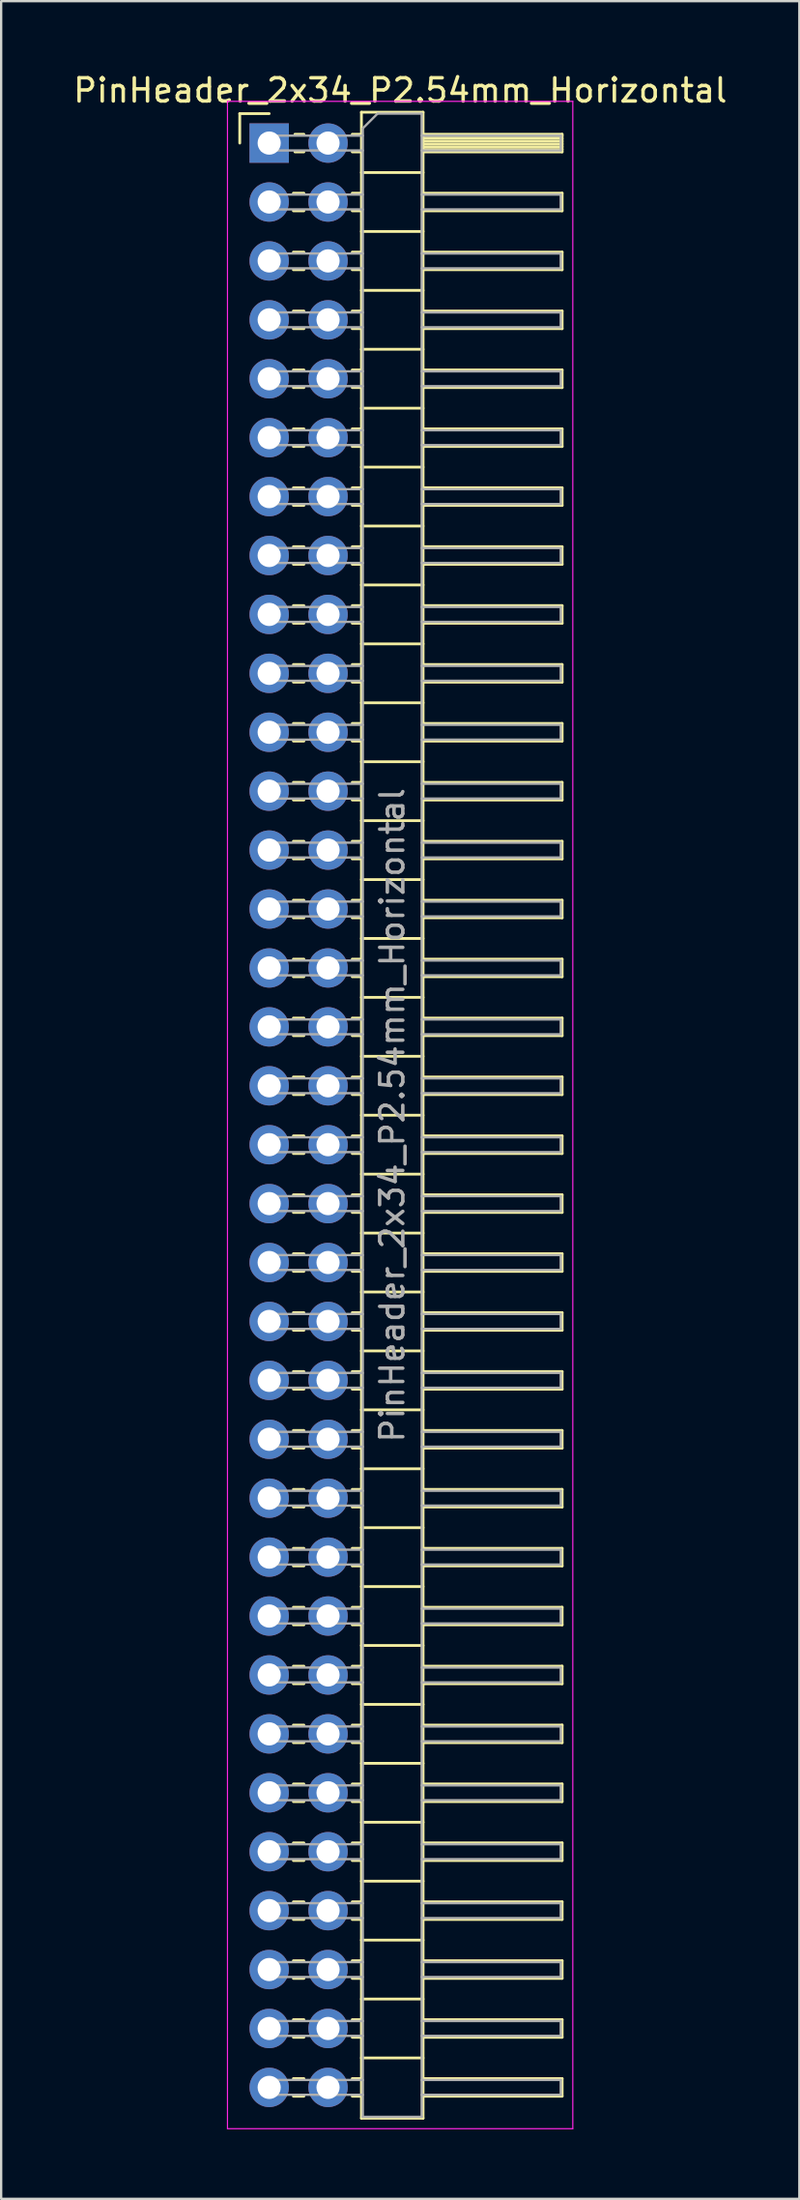
<source format=kicad_pcb>
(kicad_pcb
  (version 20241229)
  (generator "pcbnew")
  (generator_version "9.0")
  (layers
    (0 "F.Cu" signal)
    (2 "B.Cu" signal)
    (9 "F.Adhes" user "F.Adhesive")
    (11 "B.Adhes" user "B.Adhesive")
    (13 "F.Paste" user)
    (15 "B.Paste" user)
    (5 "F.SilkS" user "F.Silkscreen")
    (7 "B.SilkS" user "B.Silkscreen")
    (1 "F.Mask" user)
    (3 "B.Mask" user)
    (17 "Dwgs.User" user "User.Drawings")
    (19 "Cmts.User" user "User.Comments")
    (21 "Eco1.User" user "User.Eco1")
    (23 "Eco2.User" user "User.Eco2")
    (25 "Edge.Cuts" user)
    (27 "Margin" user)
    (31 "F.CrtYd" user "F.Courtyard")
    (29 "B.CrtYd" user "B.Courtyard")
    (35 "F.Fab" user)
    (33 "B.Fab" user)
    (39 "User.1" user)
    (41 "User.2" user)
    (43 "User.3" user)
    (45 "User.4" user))
  (footprint "PinHeader_2x34_P2.54mm_Horizontal"
    (layer "F.Cu")
    (at 8.565 3.118)
    (property "Reference" "PinHeader_2x34_P2.54mm_Horizontal" (at 5.655 -2.27 0) (layer "F.SilkS") (effects (font (size 1 1) (thickness 0.15))))
    (attr through_hole)
    (fp_line (start -1.27 -1.27) (end 0 -1.27) (stroke (width 0.12) (type solid)) (layer "F.SilkS"))
    (fp_line (start -1.27 0) (end -1.27 -1.27) (stroke (width 0.12) (type solid)) (layer "F.SilkS"))
    (fp_line (start 1.043 2.16) (end 1.497 2.16) (stroke (width 0.12) (type solid)) (layer "F.SilkS"))
    (fp_line (start 1.043 2.92) (end 1.497 2.92) (stroke (width 0.12) (type solid)) (layer "F.SilkS"))
    (fp_line (start 1.043 4.7) (end 1.497 4.7) (stroke (width 0.12) (type solid)) (layer "F.SilkS"))
    (fp_line (start 1.043 5.46) (end 1.497 5.46) (stroke (width 0.12) (type solid)) (layer "F.SilkS"))
    (fp_line (start 1.043 7.24) (end 1.497 7.24) (stroke (width 0.12) (type solid)) (layer "F.SilkS"))
    (fp_line (start 1.043 8) (end 1.497 8) (stroke (width 0.12) (type solid)) (layer "F.SilkS"))
    (fp_line (start 1.043 9.78) (end 1.497 9.78) (stroke (width 0.12) (type solid)) (layer "F.SilkS"))
    (fp_line (start 1.043 10.54) (end 1.497 10.54) (stroke (width 0.12) (type solid)) (layer "F.SilkS"))
    (fp_line (start 1.043 12.32) (end 1.497 12.32) (stroke (width 0.12) (type solid)) (layer "F.SilkS"))
    (fp_line (start 1.043 13.08) (end 1.497 13.08) (stroke (width 0.12) (type solid)) (layer "F.SilkS"))
    (fp_line (start 1.043 14.86) (end 1.497 14.86) (stroke (width 0.12) (type solid)) (layer "F.SilkS"))
    (fp_line (start 1.043 15.62) (end 1.497 15.62) (stroke (width 0.12) (type solid)) (layer "F.SilkS"))
    (fp_line (start 1.043 17.4) (end 1.497 17.4) (stroke (width 0.12) (type solid)) (layer "F.SilkS"))
    (fp_line (start 1.043 18.16) (end 1.497 18.16) (stroke (width 0.12) (type solid)) (layer "F.SilkS"))
    (fp_line (start 1.043 19.94) (end 1.497 19.94) (stroke (width 0.12) (type solid)) (layer "F.SilkS"))
    (fp_line (start 1.043 20.7) (end 1.497 20.7) (stroke (width 0.12) (type solid)) (layer "F.SilkS"))
    (fp_line (start 1.043 22.48) (end 1.497 22.48) (stroke (width 0.12) (type solid)) (layer "F.SilkS"))
    (fp_line (start 1.043 23.24) (end 1.497 23.24) (stroke (width 0.12) (type solid)) (layer "F.SilkS"))
    (fp_line (start 1.043 25.02) (end 1.497 25.02) (stroke (width 0.12) (type solid)) (layer "F.SilkS"))
    (fp_line (start 1.043 25.78) (end 1.497 25.78) (stroke (width 0.12) (type solid)) (layer "F.SilkS"))
    (fp_line (start 1.043 27.56) (end 1.497 27.56) (stroke (width 0.12) (type solid)) (layer "F.SilkS"))
    (fp_line (start 1.043 28.32) (end 1.497 28.32) (stroke (width 0.12) (type solid)) (layer "F.SilkS"))
    (fp_line (start 1.043 30.1) (end 1.497 30.1) (stroke (width 0.12) (type solid)) (layer "F.SilkS"))
    (fp_line (start 1.043 30.86) (end 1.497 30.86) (stroke (width 0.12) (type solid)) (layer "F.SilkS"))
    (fp_line (start 1.043 32.64) (end 1.497 32.64) (stroke (width 0.12) (type solid)) (layer "F.SilkS"))
    (fp_line (start 1.043 33.4) (end 1.497 33.4) (stroke (width 0.12) (type solid)) (layer "F.SilkS"))
    (fp_line (start 1.043 35.18) (end 1.497 35.18) (stroke (width 0.12) (type solid)) (layer "F.SilkS"))
    (fp_line (start 1.043 35.94) (end 1.497 35.94) (stroke (width 0.12) (type solid)) (layer "F.SilkS"))
    (fp_line (start 1.043 37.72) (end 1.497 37.72) (stroke (width 0.12) (type solid)) (layer "F.SilkS"))
    (fp_line (start 1.043 38.48) (end 1.497 38.48) (stroke (width 0.12) (type solid)) (layer "F.SilkS"))
    (fp_line (start 1.043 40.26) (end 1.497 40.26) (stroke (width 0.12) (type solid)) (layer "F.SilkS"))
    (fp_line (start 1.043 41.02) (end 1.497 41.02) (stroke (width 0.12) (type solid)) (layer "F.SilkS"))
    (fp_line (start 1.043 42.8) (end 1.497 42.8) (stroke (width 0.12) (type solid)) (layer "F.SilkS"))
    (fp_line (start 1.043 43.56) (end 1.497 43.56) (stroke (width 0.12) (type solid)) (layer "F.SilkS"))
    (fp_line (start 1.043 45.34) (end 1.497 45.34) (stroke (width 0.12) (type solid)) (layer "F.SilkS"))
    (fp_line (start 1.043 46.1) (end 1.497 46.1) (stroke (width 0.12) (type solid)) (layer "F.SilkS"))
    (fp_line (start 1.043 47.88) (end 1.497 47.88) (stroke (width 0.12) (type solid)) (layer "F.SilkS"))
    (fp_line (start 1.043 48.64) (end 1.497 48.64) (stroke (width 0.12) (type solid)) (layer "F.SilkS"))
    (fp_line (start 1.043 50.42) (end 1.497 50.42) (stroke (width 0.12) (type solid)) (layer "F.SilkS"))
    (fp_line (start 1.043 51.18) (end 1.497 51.18) (stroke (width 0.12) (type solid)) (layer "F.SilkS"))
    (fp_line (start 1.043 52.96) (end 1.497 52.96) (stroke (width 0.12) (type solid)) (layer "F.SilkS"))
    (fp_line (start 1.043 53.72) (end 1.497 53.72) (stroke (width 0.12) (type solid)) (layer "F.SilkS"))
    (fp_line (start 1.043 55.5) (end 1.497 55.5) (stroke (width 0.12) (type solid)) (layer "F.SilkS"))
    (fp_line (start 1.043 56.26) (end 1.497 56.26) (stroke (width 0.12) (type solid)) (layer "F.SilkS"))
    (fp_line (start 1.043 58.04) (end 1.497 58.04) (stroke (width 0.12) (type solid)) (layer "F.SilkS"))
    (fp_line (start 1.043 58.8) (end 1.497 58.8) (stroke (width 0.12) (type solid)) (layer "F.SilkS"))
    (fp_line (start 1.043 60.58) (end 1.497 60.58) (stroke (width 0.12) (type solid)) (layer "F.SilkS"))
    (fp_line (start 1.043 61.34) (end 1.497 61.34) (stroke (width 0.12) (type solid)) (layer "F.SilkS"))
    (fp_line (start 1.043 63.12) (end 1.497 63.12) (stroke (width 0.12) (type solid)) (layer "F.SilkS"))
    (fp_line (start 1.043 63.88) (end 1.497 63.88) (stroke (width 0.12) (type solid)) (layer "F.SilkS"))
    (fp_line (start 1.043 65.66) (end 1.497 65.66) (stroke (width 0.12) (type solid)) (layer "F.SilkS"))
    (fp_line (start 1.043 66.42) (end 1.497 66.42) (stroke (width 0.12) (type solid)) (layer "F.SilkS"))
    (fp_line (start 1.043 68.2) (end 1.497 68.2) (stroke (width 0.12) (type solid)) (layer "F.SilkS"))
    (fp_line (start 1.043 68.96) (end 1.497 68.96) (stroke (width 0.12) (type solid)) (layer "F.SilkS"))
    (fp_line (start 1.043 70.74) (end 1.497 70.74) (stroke (width 0.12) (type solid)) (layer "F.SilkS"))
    (fp_line (start 1.043 71.5) (end 1.497 71.5) (stroke (width 0.12) (type solid)) (layer "F.SilkS"))
    (fp_line (start 1.043 73.28) (end 1.497 73.28) (stroke (width 0.12) (type solid)) (layer "F.SilkS"))
    (fp_line (start 1.043 74.04) (end 1.497 74.04) (stroke (width 0.12) (type solid)) (layer "F.SilkS"))
    (fp_line (start 1.043 75.82) (end 1.497 75.82) (stroke (width 0.12) (type solid)) (layer "F.SilkS"))
    (fp_line (start 1.043 76.58) (end 1.497 76.58) (stroke (width 0.12) (type solid)) (layer "F.SilkS"))
    (fp_line (start 1.043 78.36) (end 1.497 78.36) (stroke (width 0.12) (type solid)) (layer "F.SilkS"))
    (fp_line (start 1.043 79.12) (end 1.497 79.12) (stroke (width 0.12) (type solid)) (layer "F.SilkS"))
    (fp_line (start 1.043 80.9) (end 1.497 80.9) (stroke (width 0.12) (type solid)) (layer "F.SilkS"))
    (fp_line (start 1.043 81.66) (end 1.497 81.66) (stroke (width 0.12) (type solid)) (layer "F.SilkS"))
    (fp_line (start 1.043 83.44) (end 1.497 83.44) (stroke (width 0.12) (type solid)) (layer "F.SilkS"))
    (fp_line (start 1.043 84.2) (end 1.497 84.2) (stroke (width 0.12) (type solid)) (layer "F.SilkS"))
    (fp_line (start 1.11 -0.38) (end 1.497 -0.38) (stroke (width 0.12) (type solid)) (layer "F.SilkS"))
    (fp_line (start 1.11 0.38) (end 1.497 0.38) (stroke (width 0.12) (type solid)) (layer "F.SilkS"))
    (fp_line (start 3.583 -0.38) (end 3.98 -0.38) (stroke (width 0.12) (type solid)) (layer "F.SilkS"))
    (fp_line (start 3.583 0.38) (end 3.98 0.38) (stroke (width 0.12) (type solid)) (layer "F.SilkS"))
    (fp_line (start 3.583 2.16) (end 3.98 2.16) (stroke (width 0.12) (type solid)) (layer "F.SilkS"))
    (fp_line (start 3.583 2.92) (end 3.98 2.92) (stroke (width 0.12) (type solid)) (layer "F.SilkS"))
    (fp_line (start 3.583 4.7) (end 3.98 4.7) (stroke (width 0.12) (type solid)) (layer "F.SilkS"))
    (fp_line (start 3.583 5.46) (end 3.98 5.46) (stroke (width 0.12) (type solid)) (layer "F.SilkS"))
    (fp_line (start 3.583 7.24) (end 3.98 7.24) (stroke (width 0.12) (type solid)) (layer "F.SilkS"))
    (fp_line (start 3.583 8) (end 3.98 8) (stroke (width 0.12) (type solid)) (layer "F.SilkS"))
    (fp_line (start 3.583 9.78) (end 3.98 9.78) (stroke (width 0.12) (type solid)) (layer "F.SilkS"))
    (fp_line (start 3.583 10.54) (end 3.98 10.54) (stroke (width 0.12) (type solid)) (layer "F.SilkS"))
    (fp_line (start 3.583 12.32) (end 3.98 12.32) (stroke (width 0.12) (type solid)) (layer "F.SilkS"))
    (fp_line (start 3.583 13.08) (end 3.98 13.08) (stroke (width 0.12) (type solid)) (layer "F.SilkS"))
    (fp_line (start 3.583 14.86) (end 3.98 14.86) (stroke (width 0.12) (type solid)) (layer "F.SilkS"))
    (fp_line (start 3.583 15.62) (end 3.98 15.62) (stroke (width 0.12) (type solid)) (layer "F.SilkS"))
    (fp_line (start 3.583 17.4) (end 3.98 17.4) (stroke (width 0.12) (type solid)) (layer "F.SilkS"))
    (fp_line (start 3.583 18.16) (end 3.98 18.16) (stroke (width 0.12) (type solid)) (layer "F.SilkS"))
    (fp_line (start 3.583 19.94) (end 3.98 19.94) (stroke (width 0.12) (type solid)) (layer "F.SilkS"))
    (fp_line (start 3.583 20.7) (end 3.98 20.7) (stroke (width 0.12) (type solid)) (layer "F.SilkS"))
    (fp_line (start 3.583 22.48) (end 3.98 22.48) (stroke (width 0.12) (type solid)) (layer "F.SilkS"))
    (fp_line (start 3.583 23.24) (end 3.98 23.24) (stroke (width 0.12) (type solid)) (layer "F.SilkS"))
    (fp_line (start 3.583 25.02) (end 3.98 25.02) (stroke (width 0.12) (type solid)) (layer "F.SilkS"))
    (fp_line (start 3.583 25.78) (end 3.98 25.78) (stroke (width 0.12) (type solid)) (layer "F.SilkS"))
    (fp_line (start 3.583 27.56) (end 3.98 27.56) (stroke (width 0.12) (type solid)) (layer "F.SilkS"))
    (fp_line (start 3.583 28.32) (end 3.98 28.32) (stroke (width 0.12) (type solid)) (layer "F.SilkS"))
    (fp_line (start 3.583 30.1) (end 3.98 30.1) (stroke (width 0.12) (type solid)) (layer "F.SilkS"))
    (fp_line (start 3.583 30.86) (end 3.98 30.86) (stroke (width 0.12) (type solid)) (layer "F.SilkS"))
    (fp_line (start 3.583 32.64) (end 3.98 32.64) (stroke (width 0.12) (type solid)) (layer "F.SilkS"))
    (fp_line (start 3.583 33.4) (end 3.98 33.4) (stroke (width 0.12) (type solid)) (layer "F.SilkS"))
    (fp_line (start 3.583 35.18) (end 3.98 35.18) (stroke (width 0.12) (type solid)) (layer "F.SilkS"))
    (fp_line (start 3.583 35.94) (end 3.98 35.94) (stroke (width 0.12) (type solid)) (layer "F.SilkS"))
    (fp_line (start 3.583 37.72) (end 3.98 37.72) (stroke (width 0.12) (type solid)) (layer "F.SilkS"))
    (fp_line (start 3.583 38.48) (end 3.98 38.48) (stroke (width 0.12) (type solid)) (layer "F.SilkS"))
    (fp_line (start 3.583 40.26) (end 3.98 40.26) (stroke (width 0.12) (type solid)) (layer "F.SilkS"))
    (fp_line (start 3.583 41.02) (end 3.98 41.02) (stroke (width 0.12) (type solid)) (layer "F.SilkS"))
    (fp_line (start 3.583 42.8) (end 3.98 42.8) (stroke (width 0.12) (type solid)) (layer "F.SilkS"))
    (fp_line (start 3.583 43.56) (end 3.98 43.56) (stroke (width 0.12) (type solid)) (layer "F.SilkS"))
    (fp_line (start 3.583 45.34) (end 3.98 45.34) (stroke (width 0.12) (type solid)) (layer "F.SilkS"))
    (fp_line (start 3.583 46.1) (end 3.98 46.1) (stroke (width 0.12) (type solid)) (layer "F.SilkS"))
    (fp_line (start 3.583 47.88) (end 3.98 47.88) (stroke (width 0.12) (type solid)) (layer "F.SilkS"))
    (fp_line (start 3.583 48.64) (end 3.98 48.64) (stroke (width 0.12) (type solid)) (layer "F.SilkS"))
    (fp_line (start 3.583 50.42) (end 3.98 50.42) (stroke (width 0.12) (type solid)) (layer "F.SilkS"))
    (fp_line (start 3.583 51.18) (end 3.98 51.18) (stroke (width 0.12) (type solid)) (layer "F.SilkS"))
    (fp_line (start 3.583 52.96) (end 3.98 52.96) (stroke (width 0.12) (type solid)) (layer "F.SilkS"))
    (fp_line (start 3.583 53.72) (end 3.98 53.72) (stroke (width 0.12) (type solid)) (layer "F.SilkS"))
    (fp_line (start 3.583 55.5) (end 3.98 55.5) (stroke (width 0.12) (type solid)) (layer "F.SilkS"))
    (fp_line (start 3.583 56.26) (end 3.98 56.26) (stroke (width 0.12) (type solid)) (layer "F.SilkS"))
    (fp_line (start 3.583 58.04) (end 3.98 58.04) (stroke (width 0.12) (type solid)) (layer "F.SilkS"))
    (fp_line (start 3.583 58.8) (end 3.98 58.8) (stroke (width 0.12) (type solid)) (layer "F.SilkS"))
    (fp_line (start 3.583 60.58) (end 3.98 60.58) (stroke (width 0.12) (type solid)) (layer "F.SilkS"))
    (fp_line (start 3.583 61.34) (end 3.98 61.34) (stroke (width 0.12) (type solid)) (layer "F.SilkS"))
    (fp_line (start 3.583 63.12) (end 3.98 63.12) (stroke (width 0.12) (type solid)) (layer "F.SilkS"))
    (fp_line (start 3.583 63.88) (end 3.98 63.88) (stroke (width 0.12) (type solid)) (layer "F.SilkS"))
    (fp_line (start 3.583 65.66) (end 3.98 65.66) (stroke (width 0.12) (type solid)) (layer "F.SilkS"))
    (fp_line (start 3.583 66.42) (end 3.98 66.42) (stroke (width 0.12) (type solid)) (layer "F.SilkS"))
    (fp_line (start 3.583 68.2) (end 3.98 68.2) (stroke (width 0.12) (type solid)) (layer "F.SilkS"))
    (fp_line (start 3.583 68.96) (end 3.98 68.96) (stroke (width 0.12) (type solid)) (layer "F.SilkS"))
    (fp_line (start 3.583 70.74) (end 3.98 70.74) (stroke (width 0.12) (type solid)) (layer "F.SilkS"))
    (fp_line (start 3.583 71.5) (end 3.98 71.5) (stroke (width 0.12) (type solid)) (layer "F.SilkS"))
    (fp_line (start 3.583 73.28) (end 3.98 73.28) (stroke (width 0.12) (type solid)) (layer "F.SilkS"))
    (fp_line (start 3.583 74.04) (end 3.98 74.04) (stroke (width 0.12) (type solid)) (layer "F.SilkS"))
    (fp_line (start 3.583 75.82) (end 3.98 75.82) (stroke (width 0.12) (type solid)) (layer "F.SilkS"))
    (fp_line (start 3.583 76.58) (end 3.98 76.58) (stroke (width 0.12) (type solid)) (layer "F.SilkS"))
    (fp_line (start 3.583 78.36) (end 3.98 78.36) (stroke (width 0.12) (type solid)) (layer "F.SilkS"))
    (fp_line (start 3.583 79.12) (end 3.98 79.12) (stroke (width 0.12) (type solid)) (layer "F.SilkS"))
    (fp_line (start 3.583 80.9) (end 3.98 80.9) (stroke (width 0.12) (type solid)) (layer "F.SilkS"))
    (fp_line (start 3.583 81.66) (end 3.98 81.66) (stroke (width 0.12) (type solid)) (layer "F.SilkS"))
    (fp_line (start 3.583 83.44) (end 3.98 83.44) (stroke (width 0.12) (type solid)) (layer "F.SilkS"))
    (fp_line (start 3.583 84.2) (end 3.98 84.2) (stroke (width 0.12) (type solid)) (layer "F.SilkS"))
    (fp_line (start 3.98 -1.33) (end 3.98 85.15) (stroke (width 0.12) (type solid)) (layer "F.SilkS"))
    (fp_line (start 3.98 1.27) (end 6.64 1.27) (stroke (width 0.12) (type solid)) (layer "F.SilkS"))
    (fp_line (start 3.98 3.81) (end 6.64 3.81) (stroke (width 0.12) (type solid)) (layer "F.SilkS"))
    (fp_line (start 3.98 6.35) (end 6.64 6.35) (stroke (width 0.12) (type solid)) (layer "F.SilkS"))
    (fp_line (start 3.98 8.89) (end 6.64 8.89) (stroke (width 0.12) (type solid)) (layer "F.SilkS"))
    (fp_line (start 3.98 11.43) (end 6.64 11.43) (stroke (width 0.12) (type solid)) (layer "F.SilkS"))
    (fp_line (start 3.98 13.97) (end 6.64 13.97) (stroke (width 0.12) (type solid)) (layer "F.SilkS"))
    (fp_line (start 3.98 16.51) (end 6.64 16.51) (stroke (width 0.12) (type solid)) (layer "F.SilkS"))
    (fp_line (start 3.98 19.05) (end 6.64 19.05) (stroke (width 0.12) (type solid)) (layer "F.SilkS"))
    (fp_line (start 3.98 21.59) (end 6.64 21.59) (stroke (width 0.12) (type solid)) (layer "F.SilkS"))
    (fp_line (start 3.98 24.13) (end 6.64 24.13) (stroke (width 0.12) (type solid)) (layer "F.SilkS"))
    (fp_line (start 3.98 26.67) (end 6.64 26.67) (stroke (width 0.12) (type solid)) (layer "F.SilkS"))
    (fp_line (start 3.98 29.21) (end 6.64 29.21) (stroke (width 0.12) (type solid)) (layer "F.SilkS"))
    (fp_line (start 3.98 31.75) (end 6.64 31.75) (stroke (width 0.12) (type solid)) (layer "F.SilkS"))
    (fp_line (start 3.98 34.29) (end 6.64 34.29) (stroke (width 0.12) (type solid)) (layer "F.SilkS"))
    (fp_line (start 3.98 36.83) (end 6.64 36.83) (stroke (width 0.12) (type solid)) (layer "F.SilkS"))
    (fp_line (start 3.98 39.37) (end 6.64 39.37) (stroke (width 0.12) (type solid)) (layer "F.SilkS"))
    (fp_line (start 3.98 41.91) (end 6.64 41.91) (stroke (width 0.12) (type solid)) (layer "F.SilkS"))
    (fp_line (start 3.98 44.45) (end 6.64 44.45) (stroke (width 0.12) (type solid)) (layer "F.SilkS"))
    (fp_line (start 3.98 46.99) (end 6.64 46.99) (stroke (width 0.12) (type solid)) (layer "F.SilkS"))
    (fp_line (start 3.98 49.53) (end 6.64 49.53) (stroke (width 0.12) (type solid)) (layer "F.SilkS"))
    (fp_line (start 3.98 52.07) (end 6.64 52.07) (stroke (width 0.12) (type solid)) (layer "F.SilkS"))
    (fp_line (start 3.98 54.61) (end 6.64 54.61) (stroke (width 0.12) (type solid)) (layer "F.SilkS"))
    (fp_line (start 3.98 57.15) (end 6.64 57.15) (stroke (width 0.12) (type solid)) (layer "F.SilkS"))
    (fp_line (start 3.98 59.69) (end 6.64 59.69) (stroke (width 0.12) (type solid)) (layer "F.SilkS"))
    (fp_line (start 3.98 62.23) (end 6.64 62.23) (stroke (width 0.12) (type solid)) (layer "F.SilkS"))
    (fp_line (start 3.98 64.77) (end 6.64 64.77) (stroke (width 0.12) (type solid)) (layer "F.SilkS"))
    (fp_line (start 3.98 67.31) (end 6.64 67.31) (stroke (width 0.12) (type solid)) (layer "F.SilkS"))
    (fp_line (start 3.98 69.85) (end 6.64 69.85) (stroke (width 0.12) (type solid)) (layer "F.SilkS"))
    (fp_line (start 3.98 72.39) (end 6.64 72.39) (stroke (width 0.12) (type solid)) (layer "F.SilkS"))
    (fp_line (start 3.98 74.93) (end 6.64 74.93) (stroke (width 0.12) (type solid)) (layer "F.SilkS"))
    (fp_line (start 3.98 77.47) (end 6.64 77.47) (stroke (width 0.12) (type solid)) (layer "F.SilkS"))
    (fp_line (start 3.98 80.01) (end 6.64 80.01) (stroke (width 0.12) (type solid)) (layer "F.SilkS"))
    (fp_line (start 3.98 82.55) (end 6.64 82.55) (stroke (width 0.12) (type solid)) (layer "F.SilkS"))
    (fp_line (start 3.98 85.15) (end 6.64 85.15) (stroke (width 0.12) (type solid)) (layer "F.SilkS"))
    (fp_line (start 6.64 -1.33) (end 3.98 -1.33) (stroke (width 0.12) (type solid)) (layer "F.SilkS"))
    (fp_line (start 6.64 -0.38) (end 12.64 -0.38) (stroke (width 0.12) (type solid)) (layer "F.SilkS"))
    (fp_line (start 6.64 -0.32) (end 12.64 -0.32) (stroke (width 0.12) (type solid)) (layer "F.SilkS"))
    (fp_line (start 6.64 -0.2) (end 12.64 -0.2) (stroke (width 0.12) (type solid)) (layer "F.SilkS"))
    (fp_line (start 6.64 -0.08) (end 12.64 -0.08) (stroke (width 0.12) (type solid)) (layer "F.SilkS"))
    (fp_line (start 6.64 0.04) (end 12.64 0.04) (stroke (width 0.12) (type solid)) (layer "F.SilkS"))
    (fp_line (start 6.64 0.16) (end 12.64 0.16) (stroke (width 0.12) (type solid)) (layer "F.SilkS"))
    (fp_line (start 6.64 0.28) (end 12.64 0.28) (stroke (width 0.12) (type solid)) (layer "F.SilkS"))
    (fp_line (start 6.64 2.16) (end 12.64 2.16) (stroke (width 0.12) (type solid)) (layer "F.SilkS"))
    (fp_line (start 6.64 4.7) (end 12.64 4.7) (stroke (width 0.12) (type solid)) (layer "F.SilkS"))
    (fp_line (start 6.64 7.24) (end 12.64 7.24) (stroke (width 0.12) (type solid)) (layer "F.SilkS"))
    (fp_line (start 6.64 9.78) (end 12.64 9.78) (stroke (width 0.12) (type solid)) (layer "F.SilkS"))
    (fp_line (start 6.64 12.32) (end 12.64 12.32) (stroke (width 0.12) (type solid)) (layer "F.SilkS"))
    (fp_line (start 6.64 14.86) (end 12.64 14.86) (stroke (width 0.12) (type solid)) (layer "F.SilkS"))
    (fp_line (start 6.64 17.4) (end 12.64 17.4) (stroke (width 0.12) (type solid)) (layer "F.SilkS"))
    (fp_line (start 6.64 19.94) (end 12.64 19.94) (stroke (width 0.12) (type solid)) (layer "F.SilkS"))
    (fp_line (start 6.64 22.48) (end 12.64 22.48) (stroke (width 0.12) (type solid)) (layer "F.SilkS"))
    (fp_line (start 6.64 25.02) (end 12.64 25.02) (stroke (width 0.12) (type solid)) (layer "F.SilkS"))
    (fp_line (start 6.64 27.56) (end 12.64 27.56) (stroke (width 0.12) (type solid)) (layer "F.SilkS"))
    (fp_line (start 6.64 30.1) (end 12.64 30.1) (stroke (width 0.12) (type solid)) (layer "F.SilkS"))
    (fp_line (start 6.64 32.64) (end 12.64 32.64) (stroke (width 0.12) (type solid)) (layer "F.SilkS"))
    (fp_line (start 6.64 35.18) (end 12.64 35.18) (stroke (width 0.12) (type solid)) (layer "F.SilkS"))
    (fp_line (start 6.64 37.72) (end 12.64 37.72) (stroke (width 0.12) (type solid)) (layer "F.SilkS"))
    (fp_line (start 6.64 40.26) (end 12.64 40.26) (stroke (width 0.12) (type solid)) (layer "F.SilkS"))
    (fp_line (start 6.64 42.8) (end 12.64 42.8) (stroke (width 0.12) (type solid)) (layer "F.SilkS"))
    (fp_line (start 6.64 45.34) (end 12.64 45.34) (stroke (width 0.12) (type solid)) (layer "F.SilkS"))
    (fp_line (start 6.64 47.88) (end 12.64 47.88) (stroke (width 0.12) (type solid)) (layer "F.SilkS"))
    (fp_line (start 6.64 50.42) (end 12.64 50.42) (stroke (width 0.12) (type solid)) (layer "F.SilkS"))
    (fp_line (start 6.64 52.96) (end 12.64 52.96) (stroke (width 0.12) (type solid)) (layer "F.SilkS"))
    (fp_line (start 6.64 55.5) (end 12.64 55.5) (stroke (width 0.12) (type solid)) (layer "F.SilkS"))
    (fp_line (start 6.64 58.04) (end 12.64 58.04) (stroke (width 0.12) (type solid)) (layer "F.SilkS"))
    (fp_line (start 6.64 60.58) (end 12.64 60.58) (stroke (width 0.12) (type solid)) (layer "F.SilkS"))
    (fp_line (start 6.64 63.12) (end 12.64 63.12) (stroke (width 0.12) (type solid)) (layer "F.SilkS"))
    (fp_line (start 6.64 65.66) (end 12.64 65.66) (stroke (width 0.12) (type solid)) (layer "F.SilkS"))
    (fp_line (start 6.64 68.2) (end 12.64 68.2) (stroke (width 0.12) (type solid)) (layer "F.SilkS"))
    (fp_line (start 6.64 70.74) (end 12.64 70.74) (stroke (width 0.12) (type solid)) (layer "F.SilkS"))
    (fp_line (start 6.64 73.28) (end 12.64 73.28) (stroke (width 0.12) (type solid)) (layer "F.SilkS"))
    (fp_line (start 6.64 75.82) (end 12.64 75.82) (stroke (width 0.12) (type solid)) (layer "F.SilkS"))
    (fp_line (start 6.64 78.36) (end 12.64 78.36) (stroke (width 0.12) (type solid)) (layer "F.SilkS"))
    (fp_line (start 6.64 80.9) (end 12.64 80.9) (stroke (width 0.12) (type solid)) (layer "F.SilkS"))
    (fp_line (start 6.64 83.44) (end 12.64 83.44) (stroke (width 0.12) (type solid)) (layer "F.SilkS"))
    (fp_line (start 6.64 85.15) (end 6.64 -1.33) (stroke (width 0.12) (type solid)) (layer "F.SilkS"))
    (fp_line (start 12.64 -0.38) (end 12.64 0.38) (stroke (width 0.12) (type solid)) (layer "F.SilkS"))
    (fp_line (start 12.64 0.38) (end 6.64 0.38) (stroke (width 0.12) (type solid)) (layer "F.SilkS"))
    (fp_line (start 12.64 2.16) (end 12.64 2.92) (stroke (width 0.12) (type solid)) (layer "F.SilkS"))
    (fp_line (start 12.64 2.92) (end 6.64 2.92) (stroke (width 0.12) (type solid)) (layer "F.SilkS"))
    (fp_line (start 12.64 4.7) (end 12.64 5.46) (stroke (width 0.12) (type solid)) (layer "F.SilkS"))
    (fp_line (start 12.64 5.46) (end 6.64 5.46) (stroke (width 0.12) (type solid)) (layer "F.SilkS"))
    (fp_line (start 12.64 7.24) (end 12.64 8) (stroke (width 0.12) (type solid)) (layer "F.SilkS"))
    (fp_line (start 12.64 8) (end 6.64 8) (stroke (width 0.12) (type solid)) (layer "F.SilkS"))
    (fp_line (start 12.64 9.78) (end 12.64 10.54) (stroke (width 0.12) (type solid)) (layer "F.SilkS"))
    (fp_line (start 12.64 10.54) (end 6.64 10.54) (stroke (width 0.12) (type solid)) (layer "F.SilkS"))
    (fp_line (start 12.64 12.32) (end 12.64 13.08) (stroke (width 0.12) (type solid)) (layer "F.SilkS"))
    (fp_line (start 12.64 13.08) (end 6.64 13.08) (stroke (width 0.12) (type solid)) (layer "F.SilkS"))
    (fp_line (start 12.64 14.86) (end 12.64 15.62) (stroke (width 0.12) (type solid)) (layer "F.SilkS"))
    (fp_line (start 12.64 15.62) (end 6.64 15.62) (stroke (width 0.12) (type solid)) (layer "F.SilkS"))
    (fp_line (start 12.64 17.4) (end 12.64 18.16) (stroke (width 0.12) (type solid)) (layer "F.SilkS"))
    (fp_line (start 12.64 18.16) (end 6.64 18.16) (stroke (width 0.12) (type solid)) (layer "F.SilkS"))
    (fp_line (start 12.64 19.94) (end 12.64 20.7) (stroke (width 0.12) (type solid)) (layer "F.SilkS"))
    (fp_line (start 12.64 20.7) (end 6.64 20.7) (stroke (width 0.12) (type solid)) (layer "F.SilkS"))
    (fp_line (start 12.64 22.48) (end 12.64 23.24) (stroke (width 0.12) (type solid)) (layer "F.SilkS"))
    (fp_line (start 12.64 23.24) (end 6.64 23.24) (stroke (width 0.12) (type solid)) (layer "F.SilkS"))
    (fp_line (start 12.64 25.02) (end 12.64 25.78) (stroke (width 0.12) (type solid)) (layer "F.SilkS"))
    (fp_line (start 12.64 25.78) (end 6.64 25.78) (stroke (width 0.12) (type solid)) (layer "F.SilkS"))
    (fp_line (start 12.64 27.56) (end 12.64 28.32) (stroke (width 0.12) (type solid)) (layer "F.SilkS"))
    (fp_line (start 12.64 28.32) (end 6.64 28.32) (stroke (width 0.12) (type solid)) (layer "F.SilkS"))
    (fp_line (start 12.64 30.1) (end 12.64 30.86) (stroke (width 0.12) (type solid)) (layer "F.SilkS"))
    (fp_line (start 12.64 30.86) (end 6.64 30.86) (stroke (width 0.12) (type solid)) (layer "F.SilkS"))
    (fp_line (start 12.64 32.64) (end 12.64 33.4) (stroke (width 0.12) (type solid)) (layer "F.SilkS"))
    (fp_line (start 12.64 33.4) (end 6.64 33.4) (stroke (width 0.12) (type solid)) (layer "F.SilkS"))
    (fp_line (start 12.64 35.18) (end 12.64 35.94) (stroke (width 0.12) (type solid)) (layer "F.SilkS"))
    (fp_line (start 12.64 35.94) (end 6.64 35.94) (stroke (width 0.12) (type solid)) (layer "F.SilkS"))
    (fp_line (start 12.64 37.72) (end 12.64 38.48) (stroke (width 0.12) (type solid)) (layer "F.SilkS"))
    (fp_line (start 12.64 38.48) (end 6.64 38.48) (stroke (width 0.12) (type solid)) (layer "F.SilkS"))
    (fp_line (start 12.64 40.26) (end 12.64 41.02) (stroke (width 0.12) (type solid)) (layer "F.SilkS"))
    (fp_line (start 12.64 41.02) (end 6.64 41.02) (stroke (width 0.12) (type solid)) (layer "F.SilkS"))
    (fp_line (start 12.64 42.8) (end 12.64 43.56) (stroke (width 0.12) (type solid)) (layer "F.SilkS"))
    (fp_line (start 12.64 43.56) (end 6.64 43.56) (stroke (width 0.12) (type solid)) (layer "F.SilkS"))
    (fp_line (start 12.64 45.34) (end 12.64 46.1) (stroke (width 0.12) (type solid)) (layer "F.SilkS"))
    (fp_line (start 12.64 46.1) (end 6.64 46.1) (stroke (width 0.12) (type solid)) (layer "F.SilkS"))
    (fp_line (start 12.64 47.88) (end 12.64 48.64) (stroke (width 0.12) (type solid)) (layer "F.SilkS"))
    (fp_line (start 12.64 48.64) (end 6.64 48.64) (stroke (width 0.12) (type solid)) (layer "F.SilkS"))
    (fp_line (start 12.64 50.42) (end 12.64 51.18) (stroke (width 0.12) (type solid)) (layer "F.SilkS"))
    (fp_line (start 12.64 51.18) (end 6.64 51.18) (stroke (width 0.12) (type solid)) (layer "F.SilkS"))
    (fp_line (start 12.64 52.96) (end 12.64 53.72) (stroke (width 0.12) (type solid)) (layer "F.SilkS"))
    (fp_line (start 12.64 53.72) (end 6.64 53.72) (stroke (width 0.12) (type solid)) (layer "F.SilkS"))
    (fp_line (start 12.64 55.5) (end 12.64 56.26) (stroke (width 0.12) (type solid)) (layer "F.SilkS"))
    (fp_line (start 12.64 56.26) (end 6.64 56.26) (stroke (width 0.12) (type solid)) (layer "F.SilkS"))
    (fp_line (start 12.64 58.04) (end 12.64 58.8) (stroke (width 0.12) (type solid)) (layer "F.SilkS"))
    (fp_line (start 12.64 58.8) (end 6.64 58.8) (stroke (width 0.12) (type solid)) (layer "F.SilkS"))
    (fp_line (start 12.64 60.58) (end 12.64 61.34) (stroke (width 0.12) (type solid)) (layer "F.SilkS"))
    (fp_line (start 12.64 61.34) (end 6.64 61.34) (stroke (width 0.12) (type solid)) (layer "F.SilkS"))
    (fp_line (start 12.64 63.12) (end 12.64 63.88) (stroke (width 0.12) (type solid)) (layer "F.SilkS"))
    (fp_line (start 12.64 63.88) (end 6.64 63.88) (stroke (width 0.12) (type solid)) (layer "F.SilkS"))
    (fp_line (start 12.64 65.66) (end 12.64 66.42) (stroke (width 0.12) (type solid)) (layer "F.SilkS"))
    (fp_line (start 12.64 66.42) (end 6.64 66.42) (stroke (width 0.12) (type solid)) (layer "F.SilkS"))
    (fp_line (start 12.64 68.2) (end 12.64 68.96) (stroke (width 0.12) (type solid)) (layer "F.SilkS"))
    (fp_line (start 12.64 68.96) (end 6.64 68.96) (stroke (width 0.12) (type solid)) (layer "F.SilkS"))
    (fp_line (start 12.64 70.74) (end 12.64 71.5) (stroke (width 0.12) (type solid)) (layer "F.SilkS"))
    (fp_line (start 12.64 71.5) (end 6.64 71.5) (stroke (width 0.12) (type solid)) (layer "F.SilkS"))
    (fp_line (start 12.64 73.28) (end 12.64 74.04) (stroke (width 0.12) (type solid)) (layer "F.SilkS"))
    (fp_line (start 12.64 74.04) (end 6.64 74.04) (stroke (width 0.12) (type solid)) (layer "F.SilkS"))
    (fp_line (start 12.64 75.82) (end 12.64 76.58) (stroke (width 0.12) (type solid)) (layer "F.SilkS"))
    (fp_line (start 12.64 76.58) (end 6.64 76.58) (stroke (width 0.12) (type solid)) (layer "F.SilkS"))
    (fp_line (start 12.64 78.36) (end 12.64 79.12) (stroke (width 0.12) (type solid)) (layer "F.SilkS"))
    (fp_line (start 12.64 79.12) (end 6.64 79.12) (stroke (width 0.12) (type solid)) (layer "F.SilkS"))
    (fp_line (start 12.64 80.9) (end 12.64 81.66) (stroke (width 0.12) (type solid)) (layer "F.SilkS"))
    (fp_line (start 12.64 81.66) (end 6.64 81.66) (stroke (width 0.12) (type solid)) (layer "F.SilkS"))
    (fp_line (start 12.64 83.44) (end 12.64 84.2) (stroke (width 0.12) (type solid)) (layer "F.SilkS"))
    (fp_line (start 12.64 84.2) (end 6.64 84.2) (stroke (width 0.12) (type solid)) (layer "F.SilkS"))
    (fp_line (start -1.8 -1.8) (end -1.8 85.6) (stroke (width 0.05) (type solid)) (layer "F.CrtYd"))
    (fp_line (start -1.8 85.6) (end 13.1 85.6) (stroke (width 0.05) (type solid)) (layer "F.CrtYd"))
    (fp_line (start 13.1 -1.8) (end -1.8 -1.8) (stroke (width 0.05) (type solid)) (layer "F.CrtYd"))
    (fp_line (start 13.1 85.6) (end 13.1 -1.8) (stroke (width 0.05) (type solid)) (layer "F.CrtYd"))
    (fp_line (start -0.32 -0.32) (end -0.32 0.32) (stroke (width 0.1) (type solid)) (layer "F.Fab"))
    (fp_line (start -0.32 -0.32) (end 4.04 -0.32) (stroke (width 0.1) (type solid)) (layer "F.Fab"))
    (fp_line (start -0.32 0.32) (end 4.04 0.32) (stroke (width 0.1) (type solid)) (layer "F.Fab"))
    (fp_line (start -0.32 2.22) (end -0.32 2.86) (stroke (width 0.1) (type solid)) (layer "F.Fab"))
    (fp_line (start -0.32 2.22) (end 4.04 2.22) (stroke (width 0.1) (type solid)) (layer "F.Fab"))
    (fp_line (start -0.32 2.86) (end 4.04 2.86) (stroke (width 0.1) (type solid)) (layer "F.Fab"))
    (fp_line (start -0.32 4.76) (end -0.32 5.4) (stroke (width 0.1) (type solid)) (layer "F.Fab"))
    (fp_line (start -0.32 4.76) (end 4.04 4.76) (stroke (width 0.1) (type solid)) (layer "F.Fab"))
    (fp_line (start -0.32 5.4) (end 4.04 5.4) (stroke (width 0.1) (type solid)) (layer "F.Fab"))
    (fp_line (start -0.32 7.3) (end -0.32 7.94) (stroke (width 0.1) (type solid)) (layer "F.Fab"))
    (fp_line (start -0.32 7.3) (end 4.04 7.3) (stroke (width 0.1) (type solid)) (layer "F.Fab"))
    (fp_line (start -0.32 7.94) (end 4.04 7.94) (stroke (width 0.1) (type solid)) (layer "F.Fab"))
    (fp_line (start -0.32 9.84) (end -0.32 10.48) (stroke (width 0.1) (type solid)) (layer "F.Fab"))
    (fp_line (start -0.32 9.84) (end 4.04 9.84) (stroke (width 0.1) (type solid)) (layer "F.Fab"))
    (fp_line (start -0.32 10.48) (end 4.04 10.48) (stroke (width 0.1) (type solid)) (layer "F.Fab"))
    (fp_line (start -0.32 12.38) (end -0.32 13.02) (stroke (width 0.1) (type solid)) (layer "F.Fab"))
    (fp_line (start -0.32 12.38) (end 4.04 12.38) (stroke (width 0.1) (type solid)) (layer "F.Fab"))
    (fp_line (start -0.32 13.02) (end 4.04 13.02) (stroke (width 0.1) (type solid)) (layer "F.Fab"))
    (fp_line (start -0.32 14.92) (end -0.32 15.56) (stroke (width 0.1) (type solid)) (layer "F.Fab"))
    (fp_line (start -0.32 14.92) (end 4.04 14.92) (stroke (width 0.1) (type solid)) (layer "F.Fab"))
    (fp_line (start -0.32 15.56) (end 4.04 15.56) (stroke (width 0.1) (type solid)) (layer "F.Fab"))
    (fp_line (start -0.32 17.46) (end -0.32 18.1) (stroke (width 0.1) (type solid)) (layer "F.Fab"))
    (fp_line (start -0.32 17.46) (end 4.04 17.46) (stroke (width 0.1) (type solid)) (layer "F.Fab"))
    (fp_line (start -0.32 18.1) (end 4.04 18.1) (stroke (width 0.1) (type solid)) (layer "F.Fab"))
    (fp_line (start -0.32 20) (end -0.32 20.64) (stroke (width 0.1) (type solid)) (layer "F.Fab"))
    (fp_line (start -0.32 20) (end 4.04 20) (stroke (width 0.1) (type solid)) (layer "F.Fab"))
    (fp_line (start -0.32 20.64) (end 4.04 20.64) (stroke (width 0.1) (type solid)) (layer "F.Fab"))
    (fp_line (start -0.32 22.54) (end -0.32 23.18) (stroke (width 0.1) (type solid)) (layer "F.Fab"))
    (fp_line (start -0.32 22.54) (end 4.04 22.54) (stroke (width 0.1) (type solid)) (layer "F.Fab"))
    (fp_line (start -0.32 23.18) (end 4.04 23.18) (stroke (width 0.1) (type solid)) (layer "F.Fab"))
    (fp_line (start -0.32 25.08) (end -0.32 25.72) (stroke (width 0.1) (type solid)) (layer "F.Fab"))
    (fp_line (start -0.32 25.08) (end 4.04 25.08) (stroke (width 0.1) (type solid)) (layer "F.Fab"))
    (fp_line (start -0.32 25.72) (end 4.04 25.72) (stroke (width 0.1) (type solid)) (layer "F.Fab"))
    (fp_line (start -0.32 27.62) (end -0.32 28.26) (stroke (width 0.1) (type solid)) (layer "F.Fab"))
    (fp_line (start -0.32 27.62) (end 4.04 27.62) (stroke (width 0.1) (type solid)) (layer "F.Fab"))
    (fp_line (start -0.32 28.26) (end 4.04 28.26) (stroke (width 0.1) (type solid)) (layer "F.Fab"))
    (fp_line (start -0.32 30.16) (end -0.32 30.8) (stroke (width 0.1) (type solid)) (layer "F.Fab"))
    (fp_line (start -0.32 30.16) (end 4.04 30.16) (stroke (width 0.1) (type solid)) (layer "F.Fab"))
    (fp_line (start -0.32 30.8) (end 4.04 30.8) (stroke (width 0.1) (type solid)) (layer "F.Fab"))
    (fp_line (start -0.32 32.7) (end -0.32 33.34) (stroke (width 0.1) (type solid)) (layer "F.Fab"))
    (fp_line (start -0.32 32.7) (end 4.04 32.7) (stroke (width 0.1) (type solid)) (layer "F.Fab"))
    (fp_line (start -0.32 33.34) (end 4.04 33.34) (stroke (width 0.1) (type solid)) (layer "F.Fab"))
    (fp_line (start -0.32 35.24) (end -0.32 35.88) (stroke (width 0.1) (type solid)) (layer "F.Fab"))
    (fp_line (start -0.32 35.24) (end 4.04 35.24) (stroke (width 0.1) (type solid)) (layer "F.Fab"))
    (fp_line (start -0.32 35.88) (end 4.04 35.88) (stroke (width 0.1) (type solid)) (layer "F.Fab"))
    (fp_line (start -0.32 37.78) (end -0.32 38.42) (stroke (width 0.1) (type solid)) (layer "F.Fab"))
    (fp_line (start -0.32 37.78) (end 4.04 37.78) (stroke (width 0.1) (type solid)) (layer "F.Fab"))
    (fp_line (start -0.32 38.42) (end 4.04 38.42) (stroke (width 0.1) (type solid)) (layer "F.Fab"))
    (fp_line (start -0.32 40.32) (end -0.32 40.96) (stroke (width 0.1) (type solid)) (layer "F.Fab"))
    (fp_line (start -0.32 40.32) (end 4.04 40.32) (stroke (width 0.1) (type solid)) (layer "F.Fab"))
    (fp_line (start -0.32 40.96) (end 4.04 40.96) (stroke (width 0.1) (type solid)) (layer "F.Fab"))
    (fp_line (start -0.32 42.86) (end -0.32 43.5) (stroke (width 0.1) (type solid)) (layer "F.Fab"))
    (fp_line (start -0.32 42.86) (end 4.04 42.86) (stroke (width 0.1) (type solid)) (layer "F.Fab"))
    (fp_line (start -0.32 43.5) (end 4.04 43.5) (stroke (width 0.1) (type solid)) (layer "F.Fab"))
    (fp_line (start -0.32 45.4) (end -0.32 46.04) (stroke (width 0.1) (type solid)) (layer "F.Fab"))
    (fp_line (start -0.32 45.4) (end 4.04 45.4) (stroke (width 0.1) (type solid)) (layer "F.Fab"))
    (fp_line (start -0.32 46.04) (end 4.04 46.04) (stroke (width 0.1) (type solid)) (layer "F.Fab"))
    (fp_line (start -0.32 47.94) (end -0.32 48.58) (stroke (width 0.1) (type solid)) (layer "F.Fab"))
    (fp_line (start -0.32 47.94) (end 4.04 47.94) (stroke (width 0.1) (type solid)) (layer "F.Fab"))
    (fp_line (start -0.32 48.58) (end 4.04 48.58) (stroke (width 0.1) (type solid)) (layer "F.Fab"))
    (fp_line (start -0.32 50.48) (end -0.32 51.12) (stroke (width 0.1) (type solid)) (layer "F.Fab"))
    (fp_line (start -0.32 50.48) (end 4.04 50.48) (stroke (width 0.1) (type solid)) (layer "F.Fab"))
    (fp_line (start -0.32 51.12) (end 4.04 51.12) (stroke (width 0.1) (type solid)) (layer "F.Fab"))
    (fp_line (start -0.32 53.02) (end -0.32 53.66) (stroke (width 0.1) (type solid)) (layer "F.Fab"))
    (fp_line (start -0.32 53.02) (end 4.04 53.02) (stroke (width 0.1) (type solid)) (layer "F.Fab"))
    (fp_line (start -0.32 53.66) (end 4.04 53.66) (stroke (width 0.1) (type solid)) (layer "F.Fab"))
    (fp_line (start -0.32 55.56) (end -0.32 56.2) (stroke (width 0.1) (type solid)) (layer "F.Fab"))
    (fp_line (start -0.32 55.56) (end 4.04 55.56) (stroke (width 0.1) (type solid)) (layer "F.Fab"))
    (fp_line (start -0.32 56.2) (end 4.04 56.2) (stroke (width 0.1) (type solid)) (layer "F.Fab"))
    (fp_line (start -0.32 58.1) (end -0.32 58.74) (stroke (width 0.1) (type solid)) (layer "F.Fab"))
    (fp_line (start -0.32 58.1) (end 4.04 58.1) (stroke (width 0.1) (type solid)) (layer "F.Fab"))
    (fp_line (start -0.32 58.74) (end 4.04 58.74) (stroke (width 0.1) (type solid)) (layer "F.Fab"))
    (fp_line (start -0.32 60.64) (end -0.32 61.28) (stroke (width 0.1) (type solid)) (layer "F.Fab"))
    (fp_line (start -0.32 60.64) (end 4.04 60.64) (stroke (width 0.1) (type solid)) (layer "F.Fab"))
    (fp_line (start -0.32 61.28) (end 4.04 61.28) (stroke (width 0.1) (type solid)) (layer "F.Fab"))
    (fp_line (start -0.32 63.18) (end -0.32 63.82) (stroke (width 0.1) (type solid)) (layer "F.Fab"))
    (fp_line (start -0.32 63.18) (end 4.04 63.18) (stroke (width 0.1) (type solid)) (layer "F.Fab"))
    (fp_line (start -0.32 63.82) (end 4.04 63.82) (stroke (width 0.1) (type solid)) (layer "F.Fab"))
    (fp_line (start -0.32 65.72) (end -0.32 66.36) (stroke (width 0.1) (type solid)) (layer "F.Fab"))
    (fp_line (start -0.32 65.72) (end 4.04 65.72) (stroke (width 0.1) (type solid)) (layer "F.Fab"))
    (fp_line (start -0.32 66.36) (end 4.04 66.36) (stroke (width 0.1) (type solid)) (layer "F.Fab"))
    (fp_line (start -0.32 68.26) (end -0.32 68.9) (stroke (width 0.1) (type solid)) (layer "F.Fab"))
    (fp_line (start -0.32 68.26) (end 4.04 68.26) (stroke (width 0.1) (type solid)) (layer "F.Fab"))
    (fp_line (start -0.32 68.9) (end 4.04 68.9) (stroke (width 0.1) (type solid)) (layer "F.Fab"))
    (fp_line (start -0.32 70.8) (end -0.32 71.44) (stroke (width 0.1) (type solid)) (layer "F.Fab"))
    (fp_line (start -0.32 70.8) (end 4.04 70.8) (stroke (width 0.1) (type solid)) (layer "F.Fab"))
    (fp_line (start -0.32 71.44) (end 4.04 71.44) (stroke (width 0.1) (type solid)) (layer "F.Fab"))
    (fp_line (start -0.32 73.34) (end -0.32 73.98) (stroke (width 0.1) (type solid)) (layer "F.Fab"))
    (fp_line (start -0.32 73.34) (end 4.04 73.34) (stroke (width 0.1) (type solid)) (layer "F.Fab"))
    (fp_line (start -0.32 73.98) (end 4.04 73.98) (stroke (width 0.1) (type solid)) (layer "F.Fab"))
    (fp_line (start -0.32 75.88) (end -0.32 76.52) (stroke (width 0.1) (type solid)) (layer "F.Fab"))
    (fp_line (start -0.32 75.88) (end 4.04 75.88) (stroke (width 0.1) (type solid)) (layer "F.Fab"))
    (fp_line (start -0.32 76.52) (end 4.04 76.52) (stroke (width 0.1) (type solid)) (layer "F.Fab"))
    (fp_line (start -0.32 78.42) (end -0.32 79.06) (stroke (width 0.1) (type solid)) (layer "F.Fab"))
    (fp_line (start -0.32 78.42) (end 4.04 78.42) (stroke (width 0.1) (type solid)) (layer "F.Fab"))
    (fp_line (start -0.32 79.06) (end 4.04 79.06) (stroke (width 0.1) (type solid)) (layer "F.Fab"))
    (fp_line (start -0.32 80.96) (end -0.32 81.6) (stroke (width 0.1) (type solid)) (layer "F.Fab"))
    (fp_line (start -0.32 80.96) (end 4.04 80.96) (stroke (width 0.1) (type solid)) (layer "F.Fab"))
    (fp_line (start -0.32 81.6) (end 4.04 81.6) (stroke (width 0.1) (type solid)) (layer "F.Fab"))
    (fp_line (start -0.32 83.5) (end -0.32 84.14) (stroke (width 0.1) (type solid)) (layer "F.Fab"))
    (fp_line (start -0.32 83.5) (end 4.04 83.5) (stroke (width 0.1) (type solid)) (layer "F.Fab"))
    (fp_line (start -0.32 84.14) (end 4.04 84.14) (stroke (width 0.1) (type solid)) (layer "F.Fab"))
    (fp_line (start 4.04 -0.635) (end 4.675 -1.27) (stroke (width 0.1) (type solid)) (layer "F.Fab"))
    (fp_line (start 4.04 85.09) (end 4.04 -0.635) (stroke (width 0.1) (type solid)) (layer "F.Fab"))
    (fp_line (start 4.675 -1.27) (end 6.58 -1.27) (stroke (width 0.1) (type solid)) (layer "F.Fab"))
    (fp_line (start 6.58 -1.27) (end 6.58 85.09) (stroke (width 0.1) (type solid)) (layer "F.Fab"))
    (fp_line (start 6.58 -0.32) (end 12.58 -0.32) (stroke (width 0.1) (type solid)) (layer "F.Fab"))
    (fp_line (start 6.58 0.32) (end 12.58 0.32) (stroke (width 0.1) (type solid)) (layer "F.Fab"))
    (fp_line (start 6.58 2.22) (end 12.58 2.22) (stroke (width 0.1) (type solid)) (layer "F.Fab"))
    (fp_line (start 6.58 2.86) (end 12.58 2.86) (stroke (width 0.1) (type solid)) (layer "F.Fab"))
    (fp_line (start 6.58 4.76) (end 12.58 4.76) (stroke (width 0.1) (type solid)) (layer "F.Fab"))
    (fp_line (start 6.58 5.4) (end 12.58 5.4) (stroke (width 0.1) (type solid)) (layer "F.Fab"))
    (fp_line (start 6.58 7.3) (end 12.58 7.3) (stroke (width 0.1) (type solid)) (layer "F.Fab"))
    (fp_line (start 6.58 7.94) (end 12.58 7.94) (stroke (width 0.1) (type solid)) (layer "F.Fab"))
    (fp_line (start 6.58 9.84) (end 12.58 9.84) (stroke (width 0.1) (type solid)) (layer "F.Fab"))
    (fp_line (start 6.58 10.48) (end 12.58 10.48) (stroke (width 0.1) (type solid)) (layer "F.Fab"))
    (fp_line (start 6.58 12.38) (end 12.58 12.38) (stroke (width 0.1) (type solid)) (layer "F.Fab"))
    (fp_line (start 6.58 13.02) (end 12.58 13.02) (stroke (width 0.1) (type solid)) (layer "F.Fab"))
    (fp_line (start 6.58 14.92) (end 12.58 14.92) (stroke (width 0.1) (type solid)) (layer "F.Fab"))
    (fp_line (start 6.58 15.56) (end 12.58 15.56) (stroke (width 0.1) (type solid)) (layer "F.Fab"))
    (fp_line (start 6.58 17.46) (end 12.58 17.46) (stroke (width 0.1) (type solid)) (layer "F.Fab"))
    (fp_line (start 6.58 18.1) (end 12.58 18.1) (stroke (width 0.1) (type solid)) (layer "F.Fab"))
    (fp_line (start 6.58 20) (end 12.58 20) (stroke (width 0.1) (type solid)) (layer "F.Fab"))
    (fp_line (start 6.58 20.64) (end 12.58 20.64) (stroke (width 0.1) (type solid)) (layer "F.Fab"))
    (fp_line (start 6.58 22.54) (end 12.58 22.54) (stroke (width 0.1) (type solid)) (layer "F.Fab"))
    (fp_line (start 6.58 23.18) (end 12.58 23.18) (stroke (width 0.1) (type solid)) (layer "F.Fab"))
    (fp_line (start 6.58 25.08) (end 12.58 25.08) (stroke (width 0.1) (type solid)) (layer "F.Fab"))
    (fp_line (start 6.58 25.72) (end 12.58 25.72) (stroke (width 0.1) (type solid)) (layer "F.Fab"))
    (fp_line (start 6.58 27.62) (end 12.58 27.62) (stroke (width 0.1) (type solid)) (layer "F.Fab"))
    (fp_line (start 6.58 28.26) (end 12.58 28.26) (stroke (width 0.1) (type solid)) (layer "F.Fab"))
    (fp_line (start 6.58 30.16) (end 12.58 30.16) (stroke (width 0.1) (type solid)) (layer "F.Fab"))
    (fp_line (start 6.58 30.8) (end 12.58 30.8) (stroke (width 0.1) (type solid)) (layer "F.Fab"))
    (fp_line (start 6.58 32.7) (end 12.58 32.7) (stroke (width 0.1) (type solid)) (layer "F.Fab"))
    (fp_line (start 6.58 33.34) (end 12.58 33.34) (stroke (width 0.1) (type solid)) (layer "F.Fab"))
    (fp_line (start 6.58 35.24) (end 12.58 35.24) (stroke (width 0.1) (type solid)) (layer "F.Fab"))
    (fp_line (start 6.58 35.88) (end 12.58 35.88) (stroke (width 0.1) (type solid)) (layer "F.Fab"))
    (fp_line (start 6.58 37.78) (end 12.58 37.78) (stroke (width 0.1) (type solid)) (layer "F.Fab"))
    (fp_line (start 6.58 38.42) (end 12.58 38.42) (stroke (width 0.1) (type solid)) (layer "F.Fab"))
    (fp_line (start 6.58 40.32) (end 12.58 40.32) (stroke (width 0.1) (type solid)) (layer "F.Fab"))
    (fp_line (start 6.58 40.96) (end 12.58 40.96) (stroke (width 0.1) (type solid)) (layer "F.Fab"))
    (fp_line (start 6.58 42.86) (end 12.58 42.86) (stroke (width 0.1) (type solid)) (layer "F.Fab"))
    (fp_line (start 6.58 43.5) (end 12.58 43.5) (stroke (width 0.1) (type solid)) (layer "F.Fab"))
    (fp_line (start 6.58 45.4) (end 12.58 45.4) (stroke (width 0.1) (type solid)) (layer "F.Fab"))
    (fp_line (start 6.58 46.04) (end 12.58 46.04) (stroke (width 0.1) (type solid)) (layer "F.Fab"))
    (fp_line (start 6.58 47.94) (end 12.58 47.94) (stroke (width 0.1) (type solid)) (layer "F.Fab"))
    (fp_line (start 6.58 48.58) (end 12.58 48.58) (stroke (width 0.1) (type solid)) (layer "F.Fab"))
    (fp_line (start 6.58 50.48) (end 12.58 50.48) (stroke (width 0.1) (type solid)) (layer "F.Fab"))
    (fp_line (start 6.58 51.12) (end 12.58 51.12) (stroke (width 0.1) (type solid)) (layer "F.Fab"))
    (fp_line (start 6.58 53.02) (end 12.58 53.02) (stroke (width 0.1) (type solid)) (layer "F.Fab"))
    (fp_line (start 6.58 53.66) (end 12.58 53.66) (stroke (width 0.1) (type solid)) (layer "F.Fab"))
    (fp_line (start 6.58 55.56) (end 12.58 55.56) (stroke (width 0.1) (type solid)) (layer "F.Fab"))
    (fp_line (start 6.58 56.2) (end 12.58 56.2) (stroke (width 0.1) (type solid)) (layer "F.Fab"))
    (fp_line (start 6.58 58.1) (end 12.58 58.1) (stroke (width 0.1) (type solid)) (layer "F.Fab"))
    (fp_line (start 6.58 58.74) (end 12.58 58.74) (stroke (width 0.1) (type solid)) (layer "F.Fab"))
    (fp_line (start 6.58 60.64) (end 12.58 60.64) (stroke (width 0.1) (type solid)) (layer "F.Fab"))
    (fp_line (start 6.58 61.28) (end 12.58 61.28) (stroke (width 0.1) (type solid)) (layer "F.Fab"))
    (fp_line (start 6.58 63.18) (end 12.58 63.18) (stroke (width 0.1) (type solid)) (layer "F.Fab"))
    (fp_line (start 6.58 63.82) (end 12.58 63.82) (stroke (width 0.1) (type solid)) (layer "F.Fab"))
    (fp_line (start 6.58 65.72) (end 12.58 65.72) (stroke (width 0.1) (type solid)) (layer "F.Fab"))
    (fp_line (start 6.58 66.36) (end 12.58 66.36) (stroke (width 0.1) (type solid)) (layer "F.Fab"))
    (fp_line (start 6.58 68.26) (end 12.58 68.26) (stroke (width 0.1) (type solid)) (layer "F.Fab"))
    (fp_line (start 6.58 68.9) (end 12.58 68.9) (stroke (width 0.1) (type solid)) (layer "F.Fab"))
    (fp_line (start 6.58 70.8) (end 12.58 70.8) (stroke (width 0.1) (type solid)) (layer "F.Fab"))
    (fp_line (start 6.58 71.44) (end 12.58 71.44) (stroke (width 0.1) (type solid)) (layer "F.Fab"))
    (fp_line (start 6.58 73.34) (end 12.58 73.34) (stroke (width 0.1) (type solid)) (layer "F.Fab"))
    (fp_line (start 6.58 73.98) (end 12.58 73.98) (stroke (width 0.1) (type solid)) (layer "F.Fab"))
    (fp_line (start 6.58 75.88) (end 12.58 75.88) (stroke (width 0.1) (type solid)) (layer "F.Fab"))
    (fp_line (start 6.58 76.52) (end 12.58 76.52) (stroke (width 0.1) (type solid)) (layer "F.Fab"))
    (fp_line (start 6.58 78.42) (end 12.58 78.42) (stroke (width 0.1) (type solid)) (layer "F.Fab"))
    (fp_line (start 6.58 79.06) (end 12.58 79.06) (stroke (width 0.1) (type solid)) (layer "F.Fab"))
    (fp_line (start 6.58 80.96) (end 12.58 80.96) (stroke (width 0.1) (type solid)) (layer "F.Fab"))
    (fp_line (start 6.58 81.6) (end 12.58 81.6) (stroke (width 0.1) (type solid)) (layer "F.Fab"))
    (fp_line (start 6.58 83.5) (end 12.58 83.5) (stroke (width 0.1) (type solid)) (layer "F.Fab"))
    (fp_line (start 6.58 84.14) (end 12.58 84.14) (stroke (width 0.1) (type solid)) (layer "F.Fab"))
    (fp_line (start 6.58 85.09) (end 4.04 85.09) (stroke (width 0.1) (type solid)) (layer "F.Fab"))
    (fp_line (start 12.58 -0.32) (end 12.58 0.32) (stroke (width 0.1) (type solid)) (layer "F.Fab"))
    (fp_line (start 12.58 2.22) (end 12.58 2.86) (stroke (width 0.1) (type solid)) (layer "F.Fab"))
    (fp_line (start 12.58 4.76) (end 12.58 5.4) (stroke (width 0.1) (type solid)) (layer "F.Fab"))
    (fp_line (start 12.58 7.3) (end 12.58 7.94) (stroke (width 0.1) (type solid)) (layer "F.Fab"))
    (fp_line (start 12.58 9.84) (end 12.58 10.48) (stroke (width 0.1) (type solid)) (layer "F.Fab"))
    (fp_line (start 12.58 12.38) (end 12.58 13.02) (stroke (width 0.1) (type solid)) (layer "F.Fab"))
    (fp_line (start 12.58 14.92) (end 12.58 15.56) (stroke (width 0.1) (type solid)) (layer "F.Fab"))
    (fp_line (start 12.58 17.46) (end 12.58 18.1) (stroke (width 0.1) (type solid)) (layer "F.Fab"))
    (fp_line (start 12.58 20) (end 12.58 20.64) (stroke (width 0.1) (type solid)) (layer "F.Fab"))
    (fp_line (start 12.58 22.54) (end 12.58 23.18) (stroke (width 0.1) (type solid)) (layer "F.Fab"))
    (fp_line (start 12.58 25.08) (end 12.58 25.72) (stroke (width 0.1) (type solid)) (layer "F.Fab"))
    (fp_line (start 12.58 27.62) (end 12.58 28.26) (stroke (width 0.1) (type solid)) (layer "F.Fab"))
    (fp_line (start 12.58 30.16) (end 12.58 30.8) (stroke (width 0.1) (type solid)) (layer "F.Fab"))
    (fp_line (start 12.58 32.7) (end 12.58 33.34) (stroke (width 0.1) (type solid)) (layer "F.Fab"))
    (fp_line (start 12.58 35.24) (end 12.58 35.88) (stroke (width 0.1) (type solid)) (layer "F.Fab"))
    (fp_line (start 12.58 37.78) (end 12.58 38.42) (stroke (width 0.1) (type solid)) (layer "F.Fab"))
    (fp_line (start 12.58 40.32) (end 12.58 40.96) (stroke (width 0.1) (type solid)) (layer "F.Fab"))
    (fp_line (start 12.58 42.86) (end 12.58 43.5) (stroke (width 0.1) (type solid)) (layer "F.Fab"))
    (fp_line (start 12.58 45.4) (end 12.58 46.04) (stroke (width 0.1) (type solid)) (layer "F.Fab"))
    (fp_line (start 12.58 47.94) (end 12.58 48.58) (stroke (width 0.1) (type solid)) (layer "F.Fab"))
    (fp_line (start 12.58 50.48) (end 12.58 51.12) (stroke (width 0.1) (type solid)) (layer "F.Fab"))
    (fp_line (start 12.58 53.02) (end 12.58 53.66) (stroke (width 0.1) (type solid)) (layer "F.Fab"))
    (fp_line (start 12.58 55.56) (end 12.58 56.2) (stroke (width 0.1) (type solid)) (layer "F.Fab"))
    (fp_line (start 12.58 58.1) (end 12.58 58.74) (stroke (width 0.1) (type solid)) (layer "F.Fab"))
    (fp_line (start 12.58 60.64) (end 12.58 61.28) (stroke (width 0.1) (type solid)) (layer "F.Fab"))
    (fp_line (start 12.58 63.18) (end 12.58 63.82) (stroke (width 0.1) (type solid)) (layer "F.Fab"))
    (fp_line (start 12.58 65.72) (end 12.58 66.36) (stroke (width 0.1) (type solid)) (layer "F.Fab"))
    (fp_line (start 12.58 68.26) (end 12.58 68.9) (stroke (width 0.1) (type solid)) (layer "F.Fab"))
    (fp_line (start 12.58 70.8) (end 12.58 71.44) (stroke (width 0.1) (type solid)) (layer "F.Fab"))
    (fp_line (start 12.58 73.34) (end 12.58 73.98) (stroke (width 0.1) (type solid)) (layer "F.Fab"))
    (fp_line (start 12.58 75.88) (end 12.58 76.52) (stroke (width 0.1) (type solid)) (layer "F.Fab"))
    (fp_line (start 12.58 78.42) (end 12.58 79.06) (stroke (width 0.1) (type solid)) (layer "F.Fab"))
    (fp_line (start 12.58 80.96) (end 12.58 81.6) (stroke (width 0.1) (type solid)) (layer "F.Fab"))
    (fp_line (start 12.58 83.5) (end 12.58 84.14) (stroke (width 0.1) (type solid)) (layer "F.Fab"))
    (fp_text user "${REFERENCE}" (at 5.31 41.91 90) (layer "F.Fab") (effects (font (size 1 1) (thickness 0.15))))
    (pad "1" thru_hole rect (at 0 0) (size 1.7 1.7) (drill 1) (layers "*.Cu" "*.Mask"))
    (pad "2" thru_hole oval (at 2.54 0) (size 1.7 1.7) (drill 1) (layers "*.Cu" "*.Mask"))
    (pad "3" thru_hole oval (at 0 2.54) (size 1.7 1.7) (drill 1) (layers "*.Cu" "*.Mask"))
    (pad "4" thru_hole oval (at 2.54 2.54) (size 1.7 1.7) (drill 1) (layers "*.Cu" "*.Mask"))
    (pad "5" thru_hole oval (at 0 5.08) (size 1.7 1.7) (drill 1) (layers "*.Cu" "*.Mask"))
    (pad "6" thru_hole oval (at 2.54 5.08) (size 1.7 1.7) (drill 1) (layers "*.Cu" "*.Mask"))
    (pad "7" thru_hole oval (at 0 7.62) (size 1.7 1.7) (drill 1) (layers "*.Cu" "*.Mask"))
    (pad "8" thru_hole oval (at 2.54 7.62) (size 1.7 1.7) (drill 1) (layers "*.Cu" "*.Mask"))
    (pad "9" thru_hole oval (at 0 10.16) (size 1.7 1.7) (drill 1) (layers "*.Cu" "*.Mask"))
    (pad "10" thru_hole oval (at 2.54 10.16) (size 1.7 1.7) (drill 1) (layers "*.Cu" "*.Mask"))
    (pad "11" thru_hole oval (at 0 12.7) (size 1.7 1.7) (drill 1) (layers "*.Cu" "*.Mask"))
    (pad "12" thru_hole oval (at 2.54 12.7) (size 1.7 1.7) (drill 1) (layers "*.Cu" "*.Mask"))
    (pad "13" thru_hole oval (at 0 15.24) (size 1.7 1.7) (drill 1) (layers "*.Cu" "*.Mask"))
    (pad "14" thru_hole oval (at 2.54 15.24) (size 1.7 1.7) (drill 1) (layers "*.Cu" "*.Mask"))
    (pad "15" thru_hole oval (at 0 17.78) (size 1.7 1.7) (drill 1) (layers "*.Cu" "*.Mask"))
    (pad "16" thru_hole oval (at 2.54 17.78) (size 1.7 1.7) (drill 1) (layers "*.Cu" "*.Mask"))
    (pad "17" thru_hole oval (at 0 20.32) (size 1.7 1.7) (drill 1) (layers "*.Cu" "*.Mask"))
    (pad "18" thru_hole oval (at 2.54 20.32) (size 1.7 1.7) (drill 1) (layers "*.Cu" "*.Mask"))
    (pad "19" thru_hole oval (at 0 22.86) (size 1.7 1.7) (drill 1) (layers "*.Cu" "*.Mask"))
    (pad "20" thru_hole oval (at 2.54 22.86) (size 1.7 1.7) (drill 1) (layers "*.Cu" "*.Mask"))
    (pad "21" thru_hole oval (at 0 25.4) (size 1.7 1.7) (drill 1) (layers "*.Cu" "*.Mask"))
    (pad "22" thru_hole oval (at 2.54 25.4) (size 1.7 1.7) (drill 1) (layers "*.Cu" "*.Mask"))
    (pad "23" thru_hole oval (at 0 27.94) (size 1.7 1.7) (drill 1) (layers "*.Cu" "*.Mask"))
    (pad "24" thru_hole oval (at 2.54 27.94) (size 1.7 1.7) (drill 1) (layers "*.Cu" "*.Mask"))
    (pad "25" thru_hole oval (at 0 30.48) (size 1.7 1.7) (drill 1) (layers "*.Cu" "*.Mask"))
    (pad "26" thru_hole oval (at 2.54 30.48) (size 1.7 1.7) (drill 1) (layers "*.Cu" "*.Mask"))
    (pad "27" thru_hole oval (at 0 33.02) (size 1.7 1.7) (drill 1) (layers "*.Cu" "*.Mask"))
    (pad "28" thru_hole oval (at 2.54 33.02) (size 1.7 1.7) (drill 1) (layers "*.Cu" "*.Mask"))
    (pad "29" thru_hole oval (at 0 35.56) (size 1.7 1.7) (drill 1) (layers "*.Cu" "*.Mask"))
    (pad "30" thru_hole oval (at 2.54 35.56) (size 1.7 1.7) (drill 1) (layers "*.Cu" "*.Mask"))
    (pad "31" thru_hole oval (at 0 38.1) (size 1.7 1.7) (drill 1) (layers "*.Cu" "*.Mask"))
    (pad "32" thru_hole oval (at 2.54 38.1) (size 1.7 1.7) (drill 1) (layers "*.Cu" "*.Mask"))
    (pad "33" thru_hole oval (at 0 40.64) (size 1.7 1.7) (drill 1) (layers "*.Cu" "*.Mask"))
    (pad "34" thru_hole oval (at 2.54 40.64) (size 1.7 1.7) (drill 1) (layers "*.Cu" "*.Mask"))
    (pad "35" thru_hole oval (at 0 43.18) (size 1.7 1.7) (drill 1) (layers "*.Cu" "*.Mask"))
    (pad "36" thru_hole oval (at 2.54 43.18) (size 1.7 1.7) (drill 1) (layers "*.Cu" "*.Mask"))
    (pad "37" thru_hole oval (at 0 45.72) (size 1.7 1.7) (drill 1) (layers "*.Cu" "*.Mask"))
    (pad "38" thru_hole oval (at 2.54 45.72) (size 1.7 1.7) (drill 1) (layers "*.Cu" "*.Mask"))
    (pad "39" thru_hole oval (at 0 48.26) (size 1.7 1.7) (drill 1) (layers "*.Cu" "*.Mask"))
    (pad "40" thru_hole oval (at 2.54 48.26) (size 1.7 1.7) (drill 1) (layers "*.Cu" "*.Mask"))
    (pad "41" thru_hole oval (at 0 50.8) (size 1.7 1.7) (drill 1) (layers "*.Cu" "*.Mask"))
    (pad "42" thru_hole oval (at 2.54 50.8) (size 1.7 1.7) (drill 1) (layers "*.Cu" "*.Mask"))
    (pad "43" thru_hole oval (at 0 53.34) (size 1.7 1.7) (drill 1) (layers "*.Cu" "*.Mask"))
    (pad "44" thru_hole oval (at 2.54 53.34) (size 1.7 1.7) (drill 1) (layers "*.Cu" "*.Mask"))
    (pad "45" thru_hole oval (at 0 55.88) (size 1.7 1.7) (drill 1) (layers "*.Cu" "*.Mask"))
    (pad "46" thru_hole oval (at 2.54 55.88) (size 1.7 1.7) (drill 1) (layers "*.Cu" "*.Mask"))
    (pad "47" thru_hole oval (at 0 58.42) (size 1.7 1.7) (drill 1) (layers "*.Cu" "*.Mask"))
    (pad "48" thru_hole oval (at 2.54 58.42) (size 1.7 1.7) (drill 1) (layers "*.Cu" "*.Mask"))
    (pad "49" thru_hole oval (at 0 60.96) (size 1.7 1.7) (drill 1) (layers "*.Cu" "*.Mask"))
    (pad "50" thru_hole oval (at 2.54 60.96) (size 1.7 1.7) (drill 1) (layers "*.Cu" "*.Mask"))
    (pad "51" thru_hole oval (at 0 63.5) (size 1.7 1.7) (drill 1) (layers "*.Cu" "*.Mask"))
    (pad "52" thru_hole oval (at 2.54 63.5) (size 1.7 1.7) (drill 1) (layers "*.Cu" "*.Mask"))
    (pad "53" thru_hole oval (at 0 66.04) (size 1.7 1.7) (drill 1) (layers "*.Cu" "*.Mask"))
    (pad "54" thru_hole oval (at 2.54 66.04) (size 1.7 1.7) (drill 1) (layers "*.Cu" "*.Mask"))
    (pad "55" thru_hole oval (at 0 68.58) (size 1.7 1.7) (drill 1) (layers "*.Cu" "*.Mask"))
    (pad "56" thru_hole oval (at 2.54 68.58) (size 1.7 1.7) (drill 1) (layers "*.Cu" "*.Mask"))
    (pad "57" thru_hole oval (at 0 71.12) (size 1.7 1.7) (drill 1) (layers "*.Cu" "*.Mask"))
    (pad "58" thru_hole oval (at 2.54 71.12) (size 1.7 1.7) (drill 1) (layers "*.Cu" "*.Mask"))
    (pad "59" thru_hole oval (at 0 73.66) (size 1.7 1.7) (drill 1) (layers "*.Cu" "*.Mask"))
    (pad "60" thru_hole oval (at 2.54 73.66) (size 1.7 1.7) (drill 1) (layers "*.Cu" "*.Mask"))
    (pad "61" thru_hole oval (at 0 76.2) (size 1.7 1.7) (drill 1) (layers "*.Cu" "*.Mask"))
    (pad "62" thru_hole oval (at 2.54 76.2) (size 1.7 1.7) (drill 1) (layers "*.Cu" "*.Mask"))
    (pad "63" thru_hole oval (at 0 78.74) (size 1.7 1.7) (drill 1) (layers "*.Cu" "*.Mask"))
    (pad "64" thru_hole oval (at 2.54 78.74) (size 1.7 1.7) (drill 1) (layers "*.Cu" "*.Mask"))
    (pad "65" thru_hole oval (at 0 81.28) (size 1.7 1.7) (drill 1) (layers "*.Cu" "*.Mask"))
    (pad "66" thru_hole oval (at 2.54 81.28) (size 1.7 1.7) (drill 1) (layers "*.Cu" "*.Mask"))
    (pad "67" thru_hole oval (at 0 83.82) (size 1.7 1.7) (drill 1) (layers "*.Cu" "*.Mask"))
    (pad "68" thru_hole oval (at 2.54 83.82) (size 1.7 1.7) (drill 1) (layers "*.Cu" "*.Mask")))
  (gr_rect
    (start -3 -3)
    (end 31.44 91.743)
    (stroke (width 0.1) (type default))
    (fill no)
    (layer "Edge.Cuts")))
</source>
